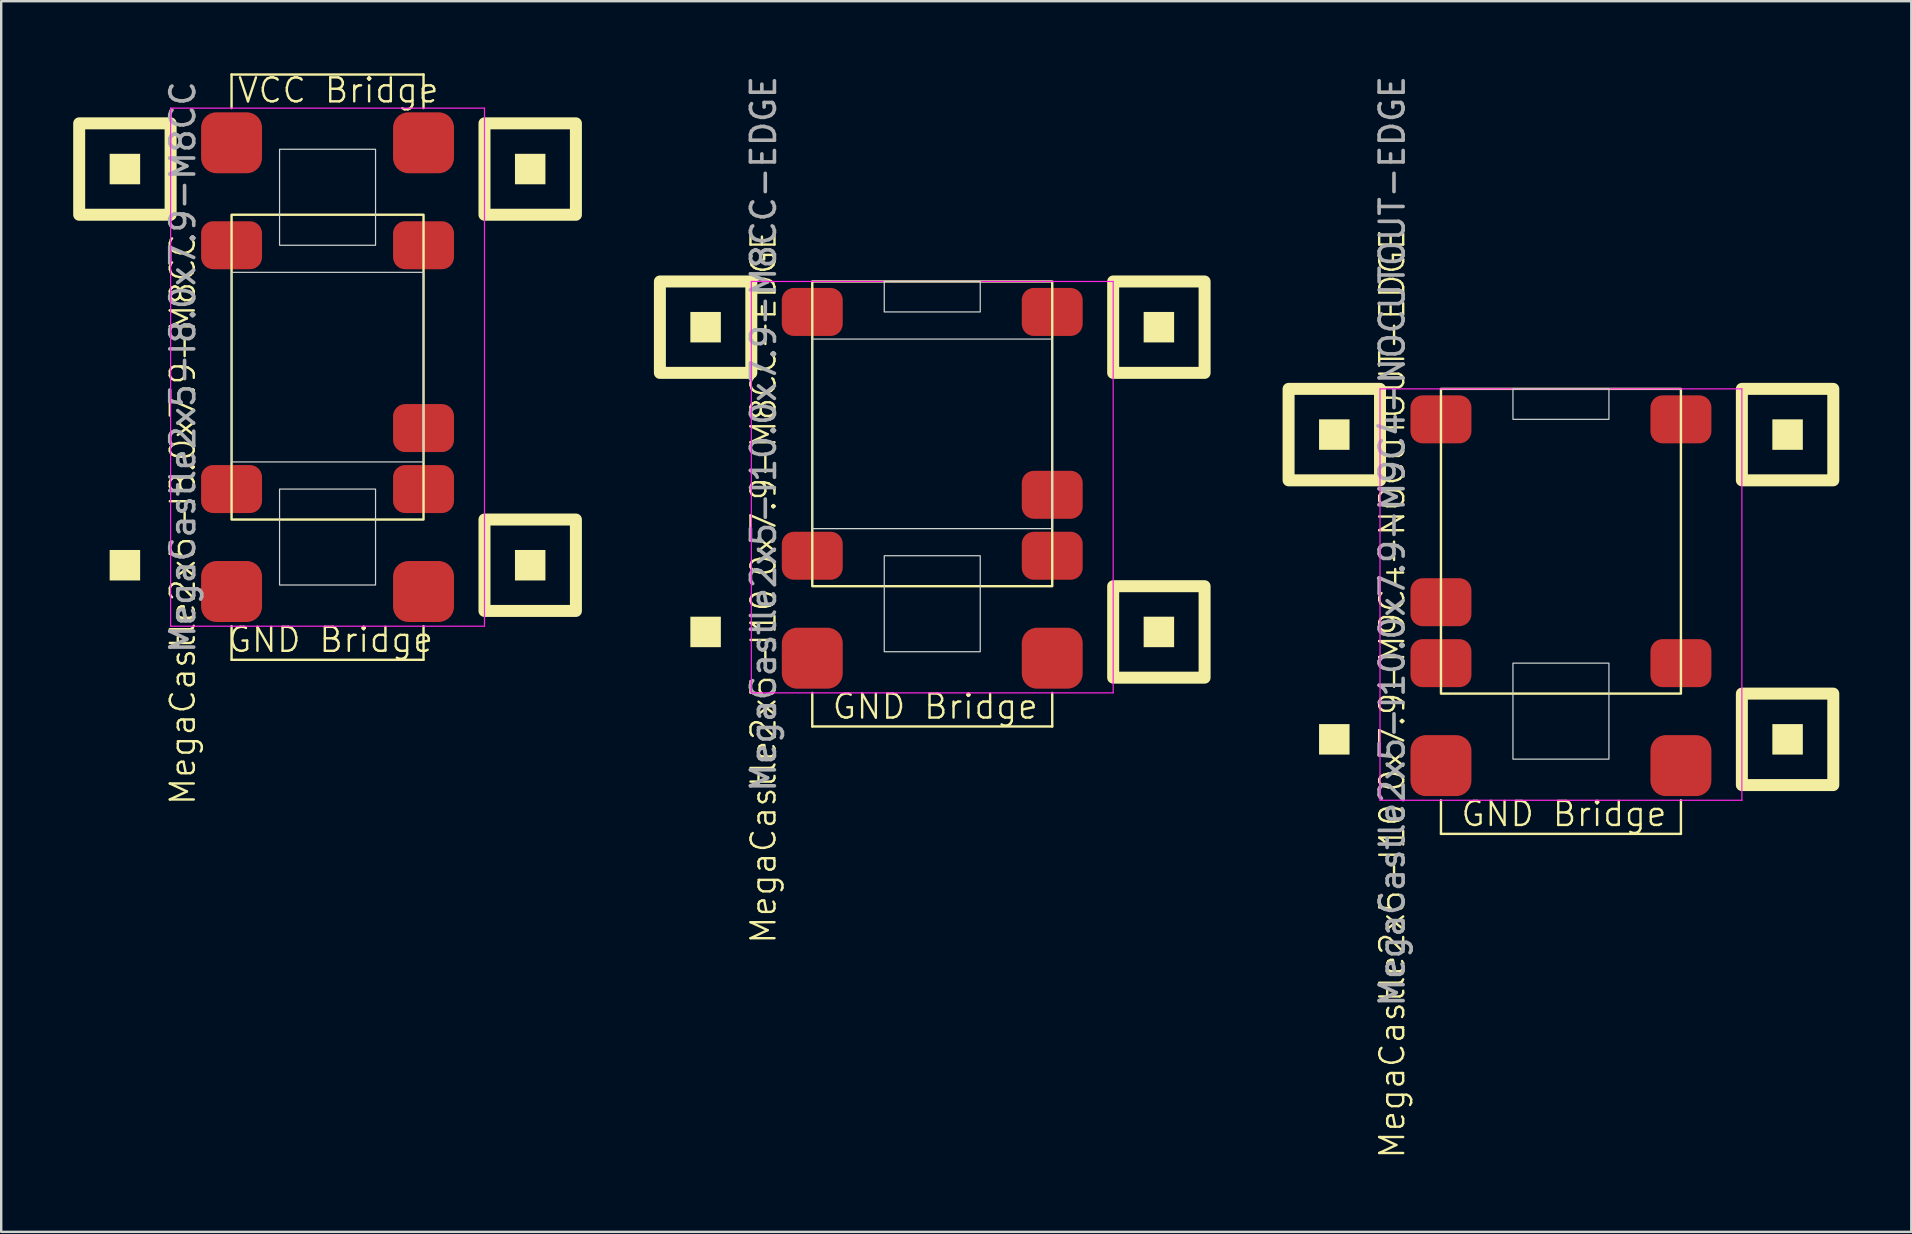
<source format=kicad_pcb>
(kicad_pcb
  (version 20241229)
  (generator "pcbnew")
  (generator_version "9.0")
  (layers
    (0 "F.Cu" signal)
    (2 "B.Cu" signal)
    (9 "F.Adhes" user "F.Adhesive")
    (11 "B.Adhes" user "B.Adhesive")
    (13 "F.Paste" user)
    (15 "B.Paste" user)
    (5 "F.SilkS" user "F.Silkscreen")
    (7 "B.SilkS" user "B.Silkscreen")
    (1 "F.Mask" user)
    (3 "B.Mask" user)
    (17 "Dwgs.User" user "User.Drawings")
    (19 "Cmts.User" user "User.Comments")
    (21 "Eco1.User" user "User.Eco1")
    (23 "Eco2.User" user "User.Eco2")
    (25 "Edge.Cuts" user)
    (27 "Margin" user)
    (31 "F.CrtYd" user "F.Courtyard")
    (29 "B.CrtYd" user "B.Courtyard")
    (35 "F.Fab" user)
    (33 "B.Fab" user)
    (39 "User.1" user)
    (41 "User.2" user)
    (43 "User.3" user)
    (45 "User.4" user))
  (footprint "MegaCastle2x5-I10.0x7.9-M9C4-NOCUTOUT-EDGE"
    (layer "F.Cu")
    (at 62 19.506)
    (property "Reference" "MegaCastle2x5-I10.0x7.9-M9C4-NOCUTOUT-EDGE" (at -7.032 6.35 90) (unlocked yes) (layer "F.SilkS") (effects (font (size 1 1) (thickness 0.1))))
    (attr smd)
    (fp_line (start -5 10.795) (end -5 12.195) (stroke (width 0.1) (type default)) (layer "F.SilkS"))
    (fp_line (start -5 12.195) (end 5 12.195) (stroke (width 0.1) (type default)) (layer "F.SilkS"))
    (fp_line (start 5 10.795) (end 5 12.195) (stroke (width 0.1) (type default)) (layer "F.SilkS"))
    (fp_rect (start -8.81 -3.81) (end -10.08 -5.08) (stroke (width 0) (type solid)) (fill yes) (layer "F.SilkS"))
    (fp_rect (start -8.81 8.89) (end -10.08 7.62) (stroke (width 0) (type solid)) (fill yes) (layer "F.SilkS"))
    (fp_rect (start -7.54 -2.54) (end -11.35 -6.35) (stroke (width 0.5) (type default)) (fill no) (layer "F.SilkS"))
    (fp_rect (start -5 -6.35) (end 5 6.35) (stroke (width 0.1) (type default)) (fill no) (layer "F.SilkS"))
    (fp_rect (start 10.08 -3.81) (end 8.81 -5.08) (stroke (width 0) (type solid)) (fill yes) (layer "F.SilkS"))
    (fp_rect (start 10.08 8.89) (end 8.81 7.62) (stroke (width 0) (type solid)) (fill yes) (layer "F.SilkS"))
    (fp_rect (start 11.35 -2.54) (end 7.54 -6.35) (stroke (width 0.5) (type default)) (fill no) (layer "F.SilkS"))
    (fp_rect (start 11.35 10.16) (end 7.54 6.35) (stroke (width 0.5) (type default)) (fill no) (layer "F.SilkS"))
    (fp_rect (start -2 -5.08) (end 2 -6.35) (stroke (width 0.05) (type default)) (fill no) (layer "Edge.Cuts"))
    (fp_rect (start -2 5.08) (end 2 9.08) (stroke (width 0.05) (type default)) (fill no) (layer "Edge.Cuts"))
    (fp_line (start -7.54 -6.35) (end -7.54 10.795) (stroke (width 0.05) (type default)) (layer "F.CrtYd"))
    (fp_line (start -7.54 10.795) (end 7.54 10.795) (stroke (width 0.05) (type default)) (layer "F.CrtYd"))
    (fp_line (start 7.54 -6.35) (end -7.54 -6.35) (stroke (width 0.05) (type default)) (layer "F.CrtYd"))
    (fp_line (start 7.54 -6.35) (end 7.54 10.795) (stroke (width 0.05) (type default)) (layer "F.CrtYd"))
    (fp_text user "GND Bridge" (at -4.226 11.95 0) (unlocked yes) (layer "F.SilkS") (effects (font (size 1 1) (thickness 0.1)) (justify left bottom)))
    (fp_text user "${REFERENCE}" (at -7.032 0 90) (unlocked yes) (layer "F.Fab") (effects (font (size 1 1) (thickness 0.15))))
    (pad "1" smd roundrect (at -5 -5.08) (size 2.54 2) (layers "F.Cu" "F.Mask" "F.Paste") (roundrect_rratio 0.25))
    (pad "4" smd roundrect (at -5 2.54) (size 2.54 2) (layers "F.Cu" "F.Mask" "F.Paste") (roundrect_rratio 0.25))
    (pad "5" smd roundrect (at -5 5.08) (size 2.54 2) (layers "F.Cu" "F.Mask" "F.Paste") (roundrect_rratio 0.25))
    (pad "6" smd roundrect (at 5 -5.08) (size 2.54 2) (layers "F.Cu" "F.Mask" "F.Paste") (roundrect_rratio 0.25))
    (pad "10" smd roundrect (at 5 5.08) (size 2.54 2) (layers "F.Cu" "F.Mask" "F.Paste") (roundrect_rratio 0.25))
    (pad "B1" smd roundrect (at -5 9.35) (size 2.54 2.54) (layers "F.Cu" "F.Mask" "F.Paste") (roundrect_rratio 0.25))
    (pad "B2" smd roundrect (at 5 9.35) (size 2.54 2.54) (layers "F.Cu" "F.Mask" "F.Paste") (roundrect_rratio 0.25)))
  (footprint "MegaCastle2x5-I10.0x7.9-M8CC-EDGE"
    (layer "F.Cu")
    (at 35.8 15.03)
    (property "Reference" "MegaCastle2x5-I10.0x7.9-M8CC-EDGE" (at -7.032 6.35 90) (unlocked yes) (layer "F.SilkS") (effects (font (size 1 1) (thickness 0.1))))
    (attr smd)
    (fp_line (start -5 10.795) (end -5 12.195) (stroke (width 0.1) (type default)) (layer "F.SilkS"))
    (fp_line (start -5 12.195) (end 5 12.195) (stroke (width 0.1) (type default)) (layer "F.SilkS"))
    (fp_line (start 5 10.795) (end 5 12.195) (stroke (width 0.1) (type default)) (layer "F.SilkS"))
    (fp_rect (start -8.81 -3.81) (end -10.08 -5.08) (stroke (width 0) (type solid)) (fill yes) (layer "F.SilkS"))
    (fp_rect (start -8.81 8.89) (end -10.08 7.62) (stroke (width 0) (type solid)) (fill yes) (layer "F.SilkS"))
    (fp_rect (start -7.54 -2.54) (end -11.35 -6.35) (stroke (width 0.5) (type default)) (fill no) (layer "F.SilkS"))
    (fp_rect (start -5 -6.35) (end 5 6.35) (stroke (width 0.1) (type default)) (fill no) (layer "F.SilkS"))
    (fp_rect (start 10.08 -3.81) (end 8.81 -5.08) (stroke (width 0) (type solid)) (fill yes) (layer "F.SilkS"))
    (fp_rect (start 10.08 8.89) (end 8.81 7.62) (stroke (width 0) (type solid)) (fill yes) (layer "F.SilkS"))
    (fp_rect (start 11.35 -2.54) (end 7.54 -6.35) (stroke (width 0.5) (type default)) (fill no) (layer "F.SilkS"))
    (fp_rect (start 11.35 10.16) (end 7.54 6.35) (stroke (width 0.5) (type default)) (fill no) (layer "F.SilkS"))
    (fp_rect (start -5 -3.95) (end 5 3.95) (stroke (width 0.05) (type default)) (fill no) (layer "Edge.Cuts"))
    (fp_rect (start -2 -5.08) (end 2 -6.35) (stroke (width 0.05) (type default)) (fill no) (layer "Edge.Cuts"))
    (fp_rect (start -2 5.08) (end 2 9.08) (stroke (width 0.05) (type default)) (fill no) (layer "Edge.Cuts"))
    (fp_line (start -7.54 -6.35) (end -7.54 10.795) (stroke (width 0.05) (type default)) (layer "F.CrtYd"))
    (fp_line (start -7.54 10.795) (end 7.54 10.795) (stroke (width 0.05) (type default)) (layer "F.CrtYd"))
    (fp_line (start 7.54 -6.35) (end -7.54 -6.35) (stroke (width 0.05) (type default)) (layer "F.CrtYd"))
    (fp_line (start 7.54 -6.35) (end 7.54 10.795) (stroke (width 0.05) (type default)) (layer "F.CrtYd"))
    (fp_text user "GND Bridge" (at -4.226 11.95 0) (unlocked yes) (layer "F.SilkS") (effects (font (size 1 1) (thickness 0.1)) (justify left bottom)))
    (fp_text user "${REFERENCE}" (at -7.032 0 90) (unlocked yes) (layer "F.Fab") (effects (font (size 1 1) (thickness 0.15))))
    (pad "1" smd roundrect (at -5 -5.08) (size 2.54 2) (layers "F.Cu" "F.Mask" "F.Paste") (roundrect_rratio 0.25))
    (pad "5" smd roundrect (at -5 5.08) (size 2.54 2) (layers "F.Cu" "F.Mask" "F.Paste") (roundrect_rratio 0.25))
    (pad "6" smd roundrect (at 5 -5.08) (size 2.54 2) (layers "F.Cu" "F.Mask" "F.Paste") (roundrect_rratio 0.25))
    (pad "9" smd roundrect (at 5 2.54) (size 2.54 2) (layers "F.Cu" "F.Mask" "F.Paste") (roundrect_rratio 0.25))
    (pad "10" smd roundrect (at 5 5.08) (size 2.54 2) (layers "F.Cu" "F.Mask" "F.Paste") (roundrect_rratio 0.25))
    (pad "B1" smd roundrect (at -5 9.35) (size 2.54 2.54) (layers "F.Cu" "F.Mask" "F.Paste") (roundrect_rratio 0.25))
    (pad "B2" smd roundrect (at 5 9.35) (size 2.54 2.54) (layers "F.Cu" "F.Mask" "F.Paste") (roundrect_rratio 0.25)))
  (footprint "MegaCastle2x5-I8.0x7.9-M8CC"
    (layer "F.Cu")
    (at 10.6 12.25)
    (property "Reference" "MegaCastle2x5-I8.0x7.9-M8CC" (at -6.032 6.35 90) (unlocked yes) (layer "F.SilkS") (effects (font (size 1 1) (thickness 0.1))))
    (attr smd)
    (fp_line (start -4 -12.195) (end 4 -12.195) (stroke (width 0.1) (type default)) (layer "F.SilkS"))
    (fp_line (start -4 -10.795) (end -4 -12.195) (stroke (width 0.1) (type default)) (layer "F.SilkS"))
    (fp_line (start -4 10.795) (end -4 12.195) (stroke (width 0.1) (type default)) (layer "F.SilkS"))
    (fp_line (start -4 12.195) (end 4 12.195) (stroke (width 0.1) (type default)) (layer "F.SilkS"))
    (fp_line (start 4 -10.795) (end 4 -12.195) (stroke (width 0.1) (type default)) (layer "F.SilkS"))
    (fp_line (start 4 10.795) (end 4 12.195) (stroke (width 0.1) (type default)) (layer "F.SilkS"))
    (fp_rect (start -7.81 -7.62) (end -9.08 -8.89) (stroke (width 0) (type solid)) (fill yes) (layer "F.SilkS"))
    (fp_rect (start -7.81 8.89) (end -9.08 7.62) (stroke (width 0) (type solid)) (fill yes) (layer "F.SilkS"))
    (fp_rect (start -6.54 -6.35) (end -10.35 -10.16) (stroke (width 0.5) (type default)) (fill no) (layer "F.SilkS"))
    (fp_rect (start -4 -6.35) (end 4 6.35) (stroke (width 0.1) (type default)) (fill no) (layer "F.SilkS"))
    (fp_rect (start 9.08 -7.62) (end 7.81 -8.89) (stroke (width 0) (type solid)) (fill yes) (layer "F.SilkS"))
    (fp_rect (start 9.08 8.89) (end 7.81 7.62) (stroke (width 0) (type solid)) (fill yes) (layer "F.SilkS"))
    (fp_rect (start 10.35 -6.35) (end 6.54 -10.16) (stroke (width 0.5) (type default)) (fill no) (layer "F.SilkS"))
    (fp_rect (start 10.35 10.16) (end 6.54 6.35) (stroke (width 0.5) (type default)) (fill no) (layer "F.SilkS"))
    (fp_rect (start -4 -3.95) (end 4 3.95) (stroke (width 0.05) (type default)) (fill no) (layer "Edge.Cuts"))
    (fp_rect (start -2 -5.08) (end 2 -9.08) (stroke (width 0.05) (type default)) (fill no) (layer "Edge.Cuts"))
    (fp_rect (start -2 5.08) (end 2 9.08) (stroke (width 0.05) (type default)) (fill no) (layer "Edge.Cuts"))
    (fp_line (start -6.54 -10.795) (end -6.54 10.795) (stroke (width 0.05) (type default)) (layer "F.CrtYd"))
    (fp_line (start -6.54 10.795) (end 6.54 10.795) (stroke (width 0.05) (type default)) (layer "F.CrtYd"))
    (fp_line (start 6.54 -10.795) (end -6.54 -10.795) (stroke (width 0.05) (type default)) (layer "F.CrtYd"))
    (fp_line (start 6.54 -10.795) (end 6.54 10.795) (stroke (width 0.05) (type default)) (layer "F.CrtYd"))
    (fp_text user "VCC Bridge" (at -3.81 -10.95 0) (unlocked yes) (layer "F.SilkS") (effects (font (size 1 1) (thickness 0.1)) (justify left bottom)))
    (fp_text user "GND Bridge" (at -4.226 11.95 0) (unlocked yes) (layer "F.SilkS") (effects (font (size 1 1) (thickness 0.1)) (justify left bottom)))
    (fp_text user "${REFERENCE}" (at -6.032 0 90) (unlocked yes) (layer "F.Fab") (effects (font (size 1 1) (thickness 0.15))))
    (pad "1" smd roundrect (at -4 -5.08) (size 2.54 2) (layers "F.Cu" "F.Mask" "F.Paste") (roundrect_rratio 0.25))
    (pad "5" smd roundrect (at -4 5.08) (size 2.54 2) (layers "F.Cu" "F.Mask" "F.Paste") (roundrect_rratio 0.25))
    (pad "6" smd roundrect (at 4 -5.08) (size 2.54 2) (layers "F.Cu" "F.Mask" "F.Paste") (roundrect_rratio 0.25))
    (pad "9" smd roundrect (at 4 2.54) (size 2.54 2) (layers "F.Cu" "F.Mask" "F.Paste") (roundrect_rratio 0.25))
    (pad "10" smd roundrect (at 4 5.08) (size 2.54 2) (layers "F.Cu" "F.Mask" "F.Paste") (roundrect_rratio 0.25))
    (pad "A1" smd roundrect (at -4 -9.35) (size 2.54 2.54) (layers "F.Cu" "F.Mask" "F.Paste") (roundrect_rratio 0.25))
    (pad "A2" smd roundrect (at 4 -9.35) (size 2.54 2.54) (layers "F.Cu" "F.Mask" "F.Paste") (roundrect_rratio 0.25))
    (pad "B1" smd roundrect (at -4 9.35) (size 2.54 2.54) (layers "F.Cu" "F.Mask" "F.Paste") (roundrect_rratio 0.25))
    (pad "B2" smd roundrect (at 4 9.35) (size 2.54 2.54) (layers "F.Cu" "F.Mask" "F.Paste") (roundrect_rratio 0.25)))
  (gr_rect
    (start -3 -3)
    (end 76.6 48.287)
    (stroke (width 0.1) (type default))
    (fill no)
    (layer "Edge.Cuts")))
</source>
